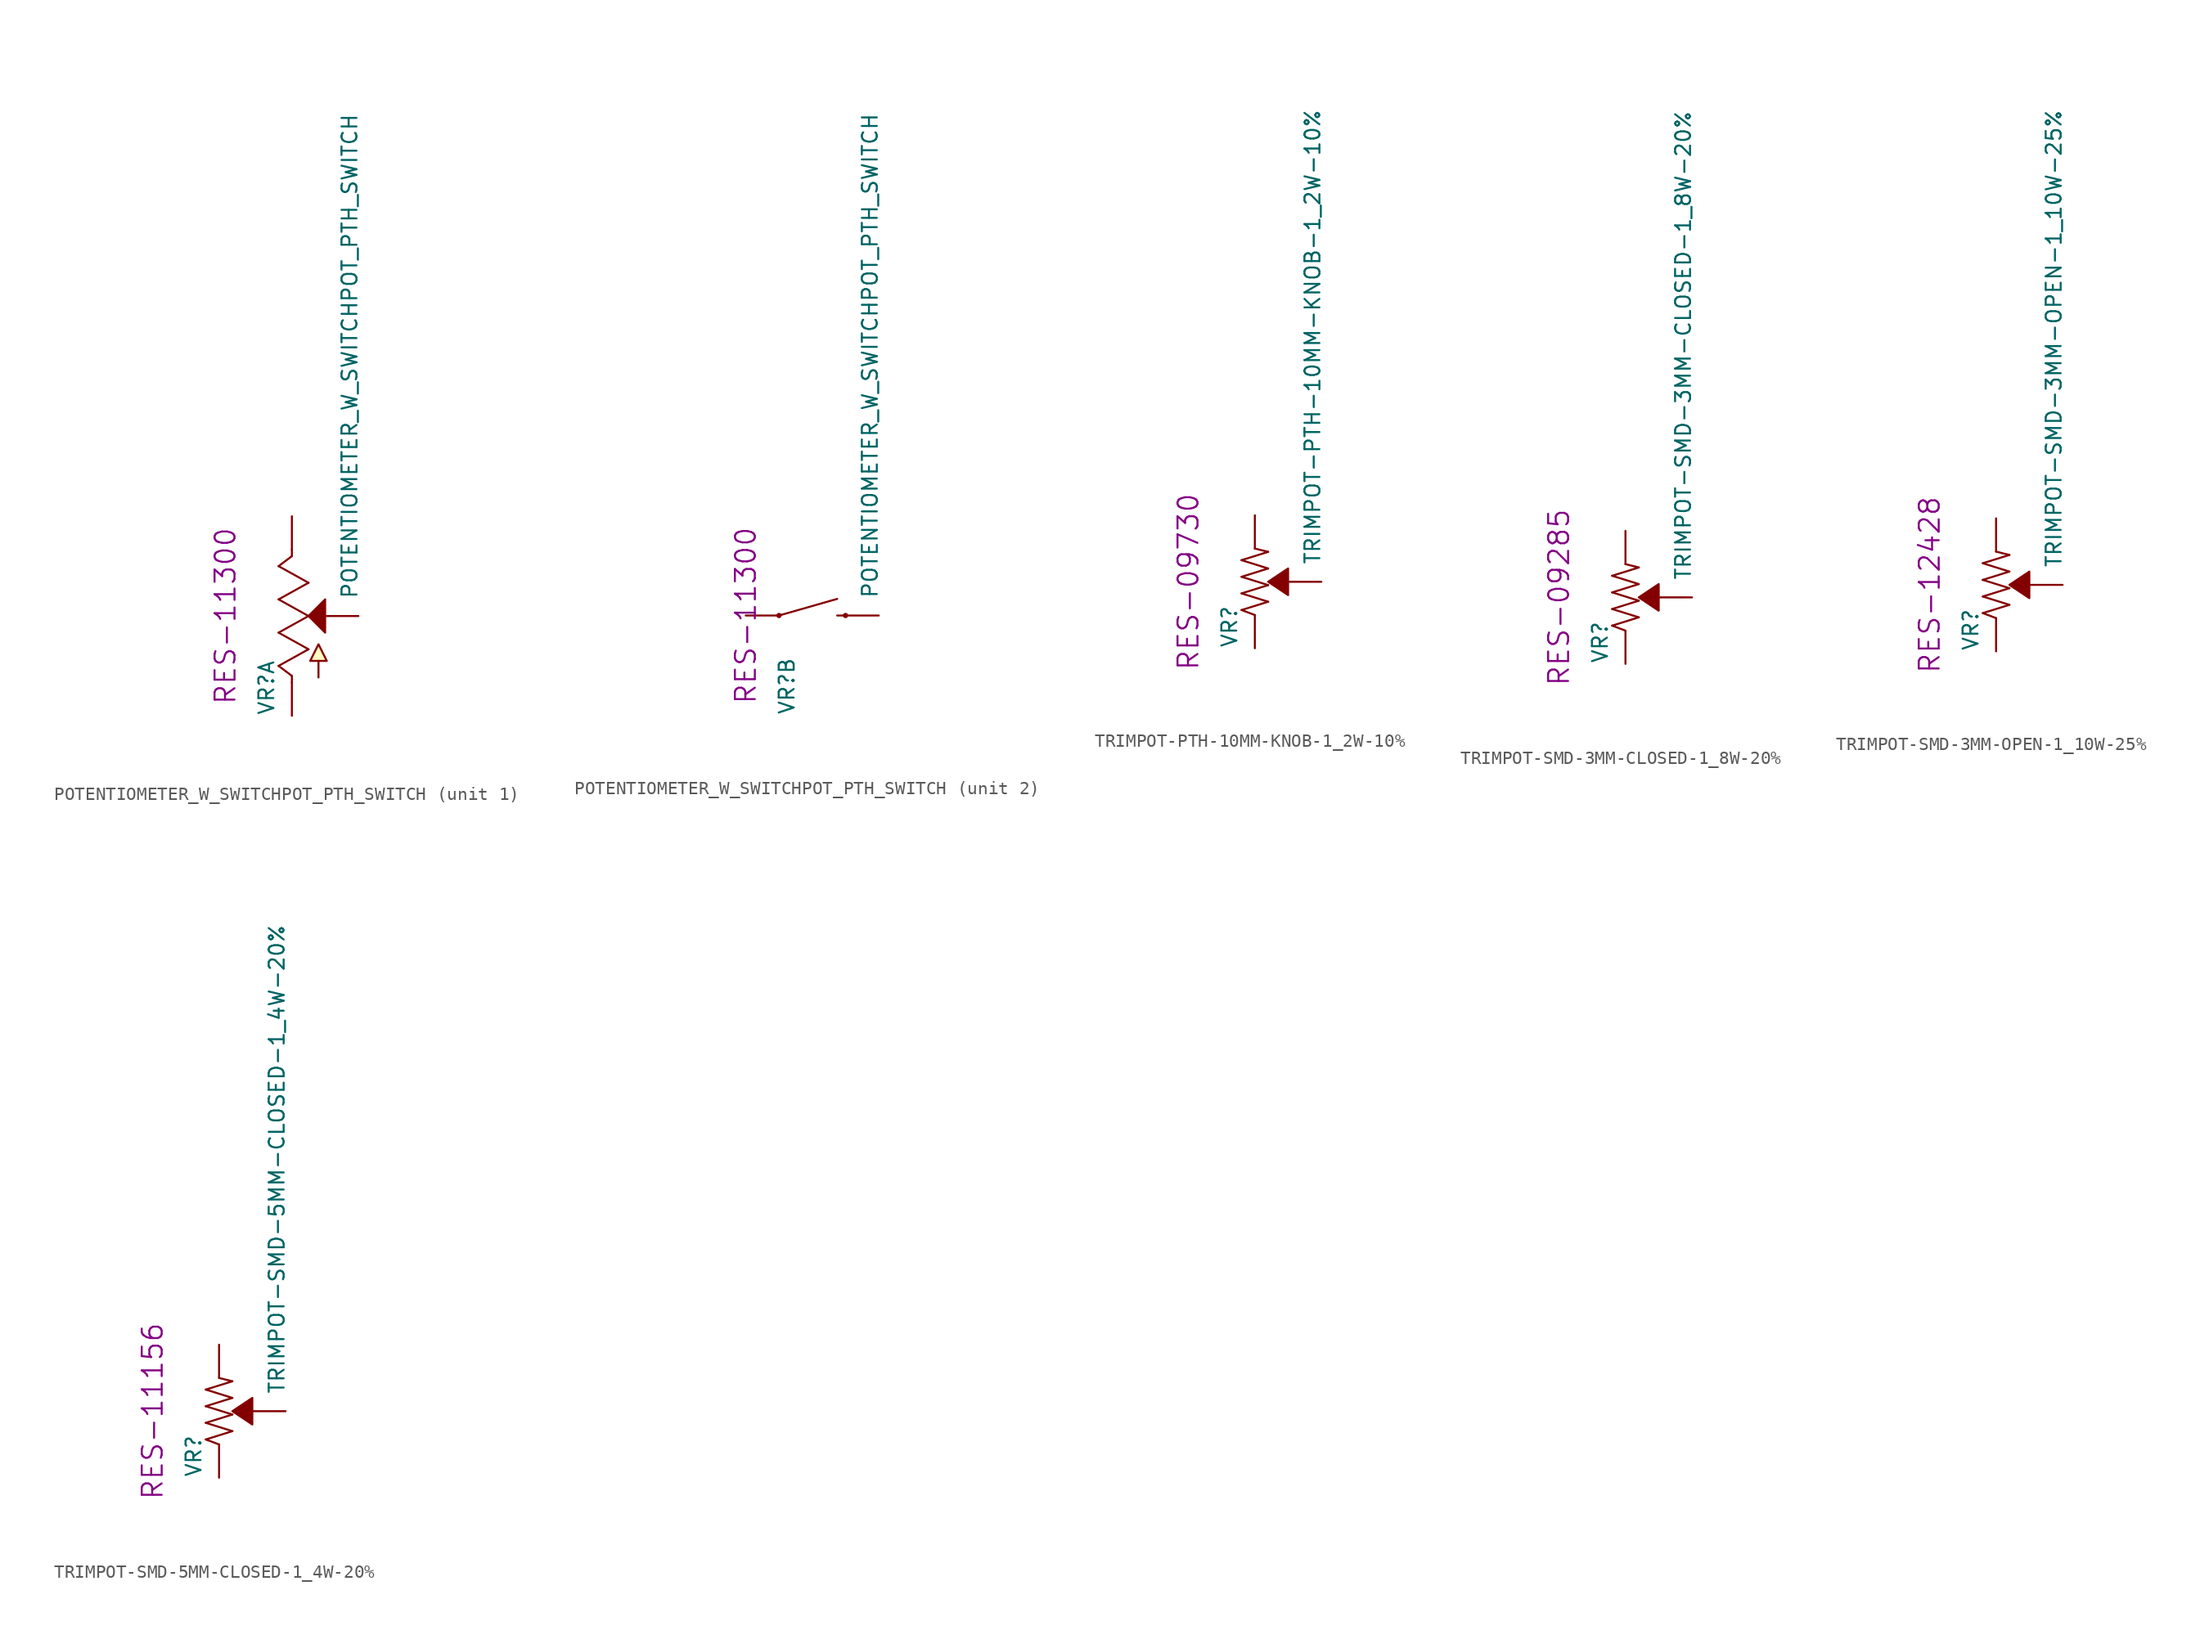
<source format=kicad_sym>
(kicad_symbol_lib
  (version 20220914)
  (generator kicad_symbol_editor)
  (symbol "POTENTIOMETER_W_SWITCHPOT_PTH_SWITCH"
    (pin_numbers hide)
    (pin_names
      (offset 1.016) hide)
    (property "Reference" "VR"
      (at -1.27 -7.62 90)
      (effects (font (size 1.143 1.143)) (justify left bottom)))
    (property "Value" "POTENTIOMETER_W_SWITCHPOT_PTH_SWITCH"
      (at 5.08 1.27 90)
      (effects (font (size 1.143 1.143)) (justify left bottom)))
    (property "Field4" "RES-11300"
      (at -5.08 0 90)
      (effects (font (size 1.524 1.524))))
    (property "ki_locked" ""
      (at 0 0 0)
      (effects (font (size 1.27 1.27))))
    (symbol "POTENTIOMETER_W_SWITCHPOT_PTH_SWITCH_1_0"
      (polyline (pts (xy -1.016 -3.81) (xy 1.27 -2.54)) (stroke (width 0) (type solid)) (fill (type none)))
      (polyline (pts (xy -1.016 -1.27) (xy 1.27 0)) (stroke (width 0) (type solid)) (fill (type none)))
      (polyline (pts (xy -1.016 1.27) (xy 1.27 2.54)) (stroke (width 0) (type solid)) (fill (type none)))
      (polyline (pts (xy -1.016 3.81) (xy 0 4.572)) (stroke (width 0) (type solid)) (fill (type none)))
      (polyline (pts (xy 0 -5.08) (xy 0 -4.572)) (stroke (width 0) (type solid)) (fill (type none)))
      (polyline (pts (xy 0 -4.572) (xy -1.016 -3.81)) (stroke (width 0) (type solid)) (fill (type none)))
      (polyline (pts (xy 0 4.572) (xy 0 5.08)) (stroke (width 0) (type solid)) (fill (type none)))
      (polyline (pts (xy 1.27 -2.54) (xy -1.016 -1.27)) (stroke (width 0) (type solid)) (fill (type none)))
      (polyline (pts (xy 1.27 0) (xy -1.016 1.27)) (stroke (width 0) (type solid)) (fill (type none)))
      (polyline (pts (xy 1.27 2.54) (xy -1.016 3.81)) (stroke (width 0) (type solid)) (fill (type none)))
      (polyline (pts (xy 2.032 -4.699) (xy 2.032 -3.429)) (stroke (width 0) (type solid)) (fill (type none))))
    (symbol "POTENTIOMETER_W_SWITCHPOT_PTH_SWITCH_1_1"
      (polyline (pts (xy 2.032 -2.159) (xy 2.667 -3.429) (xy 2.032 -3.429) (xy 1.397 -3.429) (xy 2.032 -2.159)) (stroke (width 0) (type solid)) (fill (type background)))
      (polyline (pts (xy 2.54 -1.27) (xy 1.27 0) (xy 1.27 0) (xy 2.54 1.27) (xy 2.54 1.27) (xy 2.54 -1.27)) (stroke (width 0) (type solid)) (fill (type outline)))
      (pin passive line (at 0 -7.62 90) (length 2.54) (name "A" (effects (font (size 1.016 1.016)))) (number "1" (effects (font (size 1.016 1.016)))))
      (pin passive line (at 5.08 0 180) (length 2.54) (name "S" (effects (font (size 1.016 1.016)))) (number "2" (effects (font (size 1.016 1.016)))))
      (pin passive line (at 0 7.62 270) (length 2.54) (name "E" (effects (font (size 1.016 1.016)))) (number "3" (effects (font (size 1.016 1.016))))))
    (symbol "POTENTIOMETER_W_SWITCHPOT_PTH_SWITCH_2_0"
      (polyline (pts (xy -2.54 0) (xy 1.905 1.27)) (stroke (width 0) (type solid)) (fill (type none)))
      (polyline (pts (xy 1.905 0) (xy 2.54 0)) (stroke (width 0) (type solid)) (fill (type none))))
    (symbol "POTENTIOMETER_W_SWITCHPOT_PTH_SWITCH_2_1"
      (circle (center -2.54 0) (radius 0.127) (stroke (width 0) (type solid)) (fill (type outline)))
      (circle (center 2.54 0) (radius 0.127) (stroke (width 0) (type solid)) (fill (type outline)))
      (pin passive line (at -5.08 0 0) (length 2.54) (name "1" (effects (font (size 1.016 1.016)))) (number "S1" (effects (font (size 1.016 1.016)))))
      (pin passive line (at 5.08 0 180) (length 2.54) (name "2" (effects (font (size 1.016 1.016)))) (number "S2" (effects (font (size 1.016 1.016)))))))
  (symbol "TRIMPOT-PTH-10MM-KNOB-1_2W-10%"
    (pin_numbers hide)
    (pin_names
      (offset 1.016) hide)
    (property "Reference" "VR"
      (at -1.27 -5.08 90)
      (effects (font (size 1.143 1.143)) (justify left bottom)))
    (property "Value" "TRIMPOT-PTH-10MM-KNOB-1_2W-10%"
      (at 5.08 1.27 90)
      (effects (font (size 1.143 1.143)) (justify left bottom)))
    (property "Field4" "RES-09730"
      (at -5.08 0 90)
      (effects (font (size 1.524 1.524))))
    (property "ki_locked" ""
      (at 0 0 0)
      (effects (font (size 1.27 1.27))))
    (symbol "TRIMPOT-PTH-10MM-KNOB-1_2W-10%_1_0"
      (polyline (pts (xy -1.016 -2.159) (xy 1.016 -1.524)) (stroke (width 0) (type solid)) (fill (type none)))
      (polyline (pts (xy -1.016 -0.889) (xy 1.016 -0.254)) (stroke (width 0) (type solid)) (fill (type none)))
      (polyline (pts (xy -1.016 0.381) (xy 1.016 1.016)) (stroke (width 0) (type solid)) (fill (type none)))
      (polyline (pts (xy -1.016 1.651) (xy 1.016 2.286)) (stroke (width 0) (type solid)) (fill (type none)))
      (polyline (pts (xy 0 -2.54) (xy -1.016 -2.159)) (stroke (width 0) (type solid)) (fill (type none)))
      (polyline (pts (xy 1.016 -1.524) (xy -1.016 -0.889)) (stroke (width 0) (type solid)) (fill (type none)))
      (polyline (pts (xy 1.016 -0.254) (xy -1.016 0.381)) (stroke (width 0) (type solid)) (fill (type none)))
      (polyline (pts (xy 1.016 1.016) (xy -1.016 1.651)) (stroke (width 0) (type solid)) (fill (type none)))
      (polyline (pts (xy 1.016 2.286) (xy 0 2.54)) (stroke (width 0) (type solid)) (fill (type none))))
    (symbol "TRIMPOT-PTH-10MM-KNOB-1_2W-10%_1_1"
      (polyline (pts (xy 1.016 0) (xy 2.54 -1.016) (xy 2.54 -1.016) (xy 2.54 1.016) (xy 2.54 1.016) (xy 1.016 0)) (stroke (width 0) (type solid)) (fill (type outline)))
      (pin passive line (at 0 5.08 270) (length 2.54) (name "CCW" (effects (font (size 1.016 1.016)))) (number "1" (effects (font (size 1.016 1.016)))))
      (pin passive line (at 5.08 0 180) (length 2.54) (name "WIPER" (effects (font (size 1.016 1.016)))) (number "2" (effects (font (size 1.016 1.016)))))
      (pin passive line (at 0 -5.08 90) (length 2.54) (name "CW" (effects (font (size 1.016 1.016)))) (number "3" (effects (font (size 1.016 1.016)))))))
  (symbol "TRIMPOT-SMD-3MM-CLOSED-1_8W-20%"
    (pin_numbers hide)
    (pin_names
      (offset 1.016) hide)
    (property "Reference" "VR"
      (at -1.27 -5.08 90)
      (effects (font (size 1.143 1.143)) (justify left bottom)))
    (property "Value" "TRIMPOT-SMD-3MM-CLOSED-1_8W-20%"
      (at 5.08 1.27 90)
      (effects (font (size 1.143 1.143)) (justify left bottom)))
    (property "Field4" "RES-09285"
      (at -5.08 0 90)
      (effects (font (size 1.524 1.524))))
    (property "ki_locked" ""
      (at 0 0 0)
      (effects (font (size 1.27 1.27))))
    (symbol "TRIMPOT-SMD-3MM-CLOSED-1_8W-20%_1_0"
      (polyline (pts (xy -1.016 -2.159) (xy 1.016 -1.524)) (stroke (width 0) (type solid)) (fill (type none)))
      (polyline (pts (xy -1.016 -0.889) (xy 1.016 -0.254)) (stroke (width 0) (type solid)) (fill (type none)))
      (polyline (pts (xy -1.016 0.381) (xy 1.016 1.016)) (stroke (width 0) (type solid)) (fill (type none)))
      (polyline (pts (xy -1.016 1.651) (xy 1.016 2.286)) (stroke (width 0) (type solid)) (fill (type none)))
      (polyline (pts (xy 0 -2.54) (xy -1.016 -2.159)) (stroke (width 0) (type solid)) (fill (type none)))
      (polyline (pts (xy 1.016 -1.524) (xy -1.016 -0.889)) (stroke (width 0) (type solid)) (fill (type none)))
      (polyline (pts (xy 1.016 -0.254) (xy -1.016 0.381)) (stroke (width 0) (type solid)) (fill (type none)))
      (polyline (pts (xy 1.016 1.016) (xy -1.016 1.651)) (stroke (width 0) (type solid)) (fill (type none)))
      (polyline (pts (xy 1.016 2.286) (xy 0 2.54)) (stroke (width 0) (type solid)) (fill (type none))))
    (symbol "TRIMPOT-SMD-3MM-CLOSED-1_8W-20%_1_1"
      (polyline (pts (xy 1.016 0) (xy 2.54 -1.016) (xy 2.54 -1.016) (xy 2.54 1.016) (xy 2.54 1.016) (xy 1.016 0)) (stroke (width 0) (type solid)) (fill (type outline)))
      (pin passive line (at 0 5.08 270) (length 2.54) (name "CCW" (effects (font (size 1.016 1.016)))) (number "1" (effects (font (size 1.016 1.016)))))
      (pin passive line (at 5.08 0 180) (length 2.54) (name "WIPER" (effects (font (size 1.016 1.016)))) (number "2" (effects (font (size 1.016 1.016)))))
      (pin passive line (at 0 -5.08 90) (length 2.54) (name "CW" (effects (font (size 1.016 1.016)))) (number "3" (effects (font (size 1.016 1.016)))))))
  (symbol "TRIMPOT-SMD-3MM-OPEN-1_10W-25%"
    (pin_numbers hide)
    (pin_names
      (offset 1.016) hide)
    (property "Reference" "VR"
      (at -1.27 -5.08 90)
      (effects (font (size 1.143 1.143)) (justify left bottom)))
    (property "Value" "TRIMPOT-SMD-3MM-OPEN-1_10W-25%"
      (at 5.08 1.27 90)
      (effects (font (size 1.143 1.143)) (justify left bottom)))
    (property "Field4" "RES-12428"
      (at -5.08 0 90)
      (effects (font (size 1.524 1.524))))
    (property "ki_locked" ""
      (at 0 0 0)
      (effects (font (size 1.27 1.27))))
    (symbol "TRIMPOT-SMD-3MM-OPEN-1_10W-25%_1_0"
      (polyline (pts (xy -1.016 -2.159) (xy 1.016 -1.524)) (stroke (width 0) (type solid)) (fill (type none)))
      (polyline (pts (xy -1.016 -0.889) (xy 1.016 -0.254)) (stroke (width 0) (type solid)) (fill (type none)))
      (polyline (pts (xy -1.016 0.381) (xy 1.016 1.016)) (stroke (width 0) (type solid)) (fill (type none)))
      (polyline (pts (xy -1.016 1.651) (xy 1.016 2.286)) (stroke (width 0) (type solid)) (fill (type none)))
      (polyline (pts (xy 0 -2.54) (xy -1.016 -2.159)) (stroke (width 0) (type solid)) (fill (type none)))
      (polyline (pts (xy 1.016 -1.524) (xy -1.016 -0.889)) (stroke (width 0) (type solid)) (fill (type none)))
      (polyline (pts (xy 1.016 -0.254) (xy -1.016 0.381)) (stroke (width 0) (type solid)) (fill (type none)))
      (polyline (pts (xy 1.016 1.016) (xy -1.016 1.651)) (stroke (width 0) (type solid)) (fill (type none)))
      (polyline (pts (xy 1.016 2.286) (xy 0 2.54)) (stroke (width 0) (type solid)) (fill (type none))))
    (symbol "TRIMPOT-SMD-3MM-OPEN-1_10W-25%_1_1"
      (polyline (pts (xy 1.016 0) (xy 2.54 -1.016) (xy 2.54 -1.016) (xy 2.54 1.016) (xy 2.54 1.016) (xy 1.016 0)) (stroke (width 0) (type solid)) (fill (type outline)))
      (pin passive line (at 0 -5.08 90) (length 2.54) (name "CW" (effects (font (size 1.016 1.016)))) (number "1" (effects (font (size 1.016 1.016)))))
      (pin passive line (at 5.08 0 180) (length 2.54) (name "WIPER" (effects (font (size 1.016 1.016)))) (number "2" (effects (font (size 1.016 1.016)))))
      (pin passive line (at 0 5.08 270) (length 2.54) (name "CCW" (effects (font (size 1.016 1.016)))) (number "3" (effects (font (size 1.016 1.016)))))))
  (symbol "TRIMPOT-SMD-5MM-CLOSED-1_4W-20%"
    (pin_numbers hide)
    (pin_names
      (offset 1.016) hide)
    (property "Reference" "VR"
      (at -1.27 -5.08 90)
      (effects (font (size 1.143 1.143)) (justify left bottom)))
    (property "Value" "TRIMPOT-SMD-5MM-CLOSED-1_4W-20%"
      (at 5.08 1.27 90)
      (effects (font (size 1.143 1.143)) (justify left bottom)))
    (property "Field4" "RES-11156"
      (at -5.08 0 90)
      (effects (font (size 1.524 1.524))))
    (property "ki_locked" ""
      (at 0 0 0)
      (effects (font (size 1.27 1.27))))
    (symbol "TRIMPOT-SMD-5MM-CLOSED-1_4W-20%_1_0"
      (polyline (pts (xy -1.016 -2.159) (xy 1.016 -1.524)) (stroke (width 0) (type solid)) (fill (type none)))
      (polyline (pts (xy -1.016 -0.889) (xy 1.016 -0.254)) (stroke (width 0) (type solid)) (fill (type none)))
      (polyline (pts (xy -1.016 0.381) (xy 1.016 1.016)) (stroke (width 0) (type solid)) (fill (type none)))
      (polyline (pts (xy -1.016 1.651) (xy 1.016 2.286)) (stroke (width 0) (type solid)) (fill (type none)))
      (polyline (pts (xy 0 -2.54) (xy -1.016 -2.159)) (stroke (width 0) (type solid)) (fill (type none)))
      (polyline (pts (xy 1.016 -1.524) (xy -1.016 -0.889)) (stroke (width 0) (type solid)) (fill (type none)))
      (polyline (pts (xy 1.016 -0.254) (xy -1.016 0.381)) (stroke (width 0) (type solid)) (fill (type none)))
      (polyline (pts (xy 1.016 1.016) (xy -1.016 1.651)) (stroke (width 0) (type solid)) (fill (type none)))
      (polyline (pts (xy 1.016 2.286) (xy 0 2.54)) (stroke (width 0) (type solid)) (fill (type none))))
    (symbol "TRIMPOT-SMD-5MM-CLOSED-1_4W-20%_1_1"
      (polyline (pts (xy 1.016 0) (xy 2.54 -1.016) (xy 2.54 -1.016) (xy 2.54 1.016) (xy 2.54 1.016) (xy 1.016 0)) (stroke (width 0) (type solid)) (fill (type outline)))
      (pin passive line (at 0 5.08 270) (length 2.54) (name "CCW" (effects (font (size 1.016 1.016)))) (number "A" (effects (font (size 1.016 1.016)))))
      (pin passive line (at 5.08 0 180) (length 2.54) (name "WIPER" (effects (font (size 1.016 1.016)))) (number "B" (effects (font (size 1.016 1.016)))))
      (pin passive line (at 0 -5.08 90) (length 2.54) (name "CW" (effects (font (size 1.016 1.016)))) (number "C" (effects (font (size 1.016 1.016))))))))
</source>
